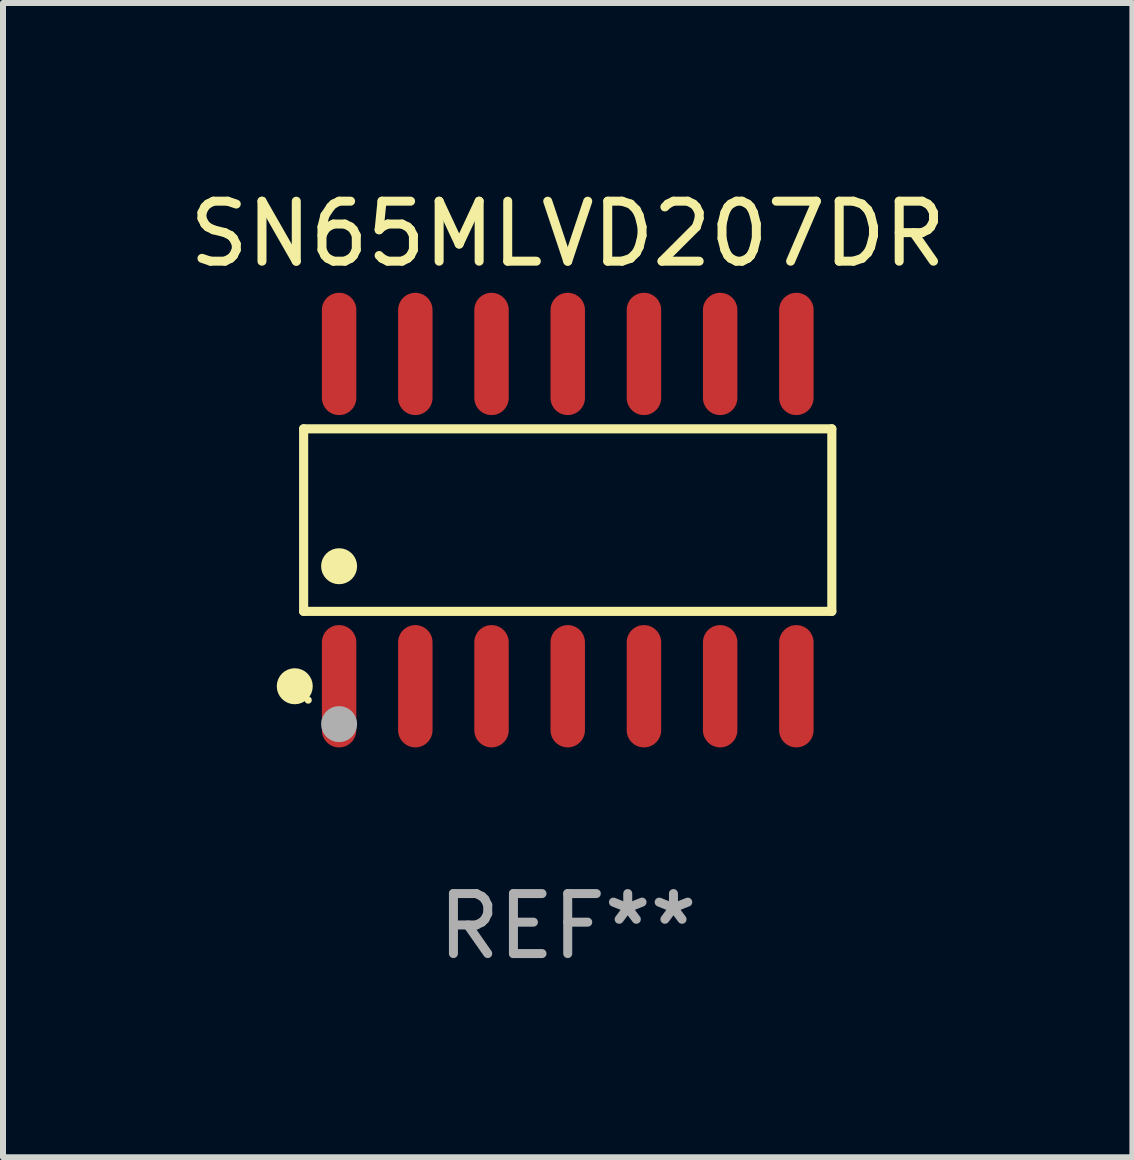
<source format=kicad_pcb>
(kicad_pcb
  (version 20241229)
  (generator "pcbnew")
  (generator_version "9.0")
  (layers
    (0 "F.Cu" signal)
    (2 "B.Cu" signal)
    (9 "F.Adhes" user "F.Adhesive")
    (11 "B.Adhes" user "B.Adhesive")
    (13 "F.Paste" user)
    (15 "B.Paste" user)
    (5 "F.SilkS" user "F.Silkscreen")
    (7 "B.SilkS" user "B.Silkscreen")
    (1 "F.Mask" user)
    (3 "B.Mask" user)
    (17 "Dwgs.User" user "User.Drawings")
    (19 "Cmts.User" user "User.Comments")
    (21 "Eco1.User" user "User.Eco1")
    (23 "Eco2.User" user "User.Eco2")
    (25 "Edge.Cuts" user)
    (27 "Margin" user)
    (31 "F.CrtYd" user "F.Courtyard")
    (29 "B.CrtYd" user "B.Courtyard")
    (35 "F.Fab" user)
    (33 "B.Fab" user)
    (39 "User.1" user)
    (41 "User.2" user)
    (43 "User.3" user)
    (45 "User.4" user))
  (footprint "SN65MLVD207DR"
    (layer "F.Cu")
    (at 6.411 5.617)
    (property "Reference" "SN65MLVD207DR" (at 0 -4.769 0) (layer "F.SilkS") (effects (font (size 1 1) (thickness 0.15))))
    (attr through_hole)
    (fp_line (start -4.401 -1.521) (end 4.401 -1.521) (stroke (width 0.152) (type solid)) (layer "F.SilkS"))
    (fp_line (start -4.401 1.521) (end -4.401 -1.521) (stroke (width 0.152) (type solid)) (layer "F.SilkS"))
    (fp_line (start 4.401 -1.521) (end 4.401 1.521) (stroke (width 0.152) (type solid)) (layer "F.SilkS"))
    (fp_line (start 4.401 1.521) (end -4.401 1.521) (stroke (width 0.152) (type solid)) (layer "F.SilkS"))
    (fp_circle (center -4.549 2.769) (end -4.399 2.769) (stroke (width 0.3) (type solid)) (fill no) (layer "F.SilkS"))
    (fp_circle (center -4.325 3) (end -4.295 3) (stroke (width 0.06) (type solid)) (fill no) (layer "F.SilkS"))
    (fp_circle (center -3.81 0.769) (end -3.66 0.769) (stroke (width 0.3) (type solid)) (fill no) (layer "F.SilkS"))
    (fp_circle (center -3.81 3.4) (end -3.66 3.4) (stroke (width 0.3) (type solid)) (fill no) (layer "F.Fab"))
    (fp_text user "REF**" (at 0 6.769 0) (layer "F.Fab") (effects (font (size 1 1) (thickness 0.15))))
    (pad "1" smd oval (at -3.81 2.769) (size 0.574 2.038) (layers "F.Cu" "F.Mask" "F.Paste"))
    (pad "2" smd oval (at -2.54 2.769) (size 0.574 2.038) (layers "F.Cu" "F.Mask" "F.Paste"))
    (pad "3" smd oval (at -1.27 2.769) (size 0.574 2.038) (layers "F.Cu" "F.Mask" "F.Paste"))
    (pad "4" smd oval (at 0 2.769) (size 0.574 2.038) (layers "F.Cu" "F.Mask" "F.Paste"))
    (pad "5" smd oval (at 1.27 2.769) (size 0.574 2.038) (layers "F.Cu" "F.Mask" "F.Paste"))
    (pad "6" smd oval (at 2.54 2.769) (size 0.574 2.038) (layers "F.Cu" "F.Mask" "F.Paste"))
    (pad "7" smd oval (at 3.81 2.769) (size 0.574 2.038) (layers "F.Cu" "F.Mask" "F.Paste"))
    (pad "8" smd oval (at 3.81 -2.769) (size 0.574 2.038) (layers "F.Cu" "F.Mask" "F.Paste"))
    (pad "9" smd oval (at 2.54 -2.769) (size 0.574 2.038) (layers "F.Cu" "F.Mask" "F.Paste"))
    (pad "10" smd oval (at 1.27 -2.769) (size 0.574 2.038) (layers "F.Cu" "F.Mask" "F.Paste"))
    (pad "11" smd oval (at 0 -2.769) (size 0.574 2.038) (layers "F.Cu" "F.Mask" "F.Paste"))
    (pad "12" smd oval (at -1.27 -2.769) (size 0.574 2.038) (layers "F.Cu" "F.Mask" "F.Paste"))
    (pad "13" smd oval (at -2.54 -2.769) (size 0.574 2.038) (layers "F.Cu" "F.Mask" "F.Paste"))
    (pad "14" smd oval (at -3.81 -2.769) (size 0.574 2.038) (layers "F.Cu" "F.Mask" "F.Paste")))
  (gr_rect
    (start -3 -3)
    (end 15.821 16.235)
    (stroke (width 0.1) (type default))
    (fill no)
    (layer "Edge.Cuts")))
</source>
